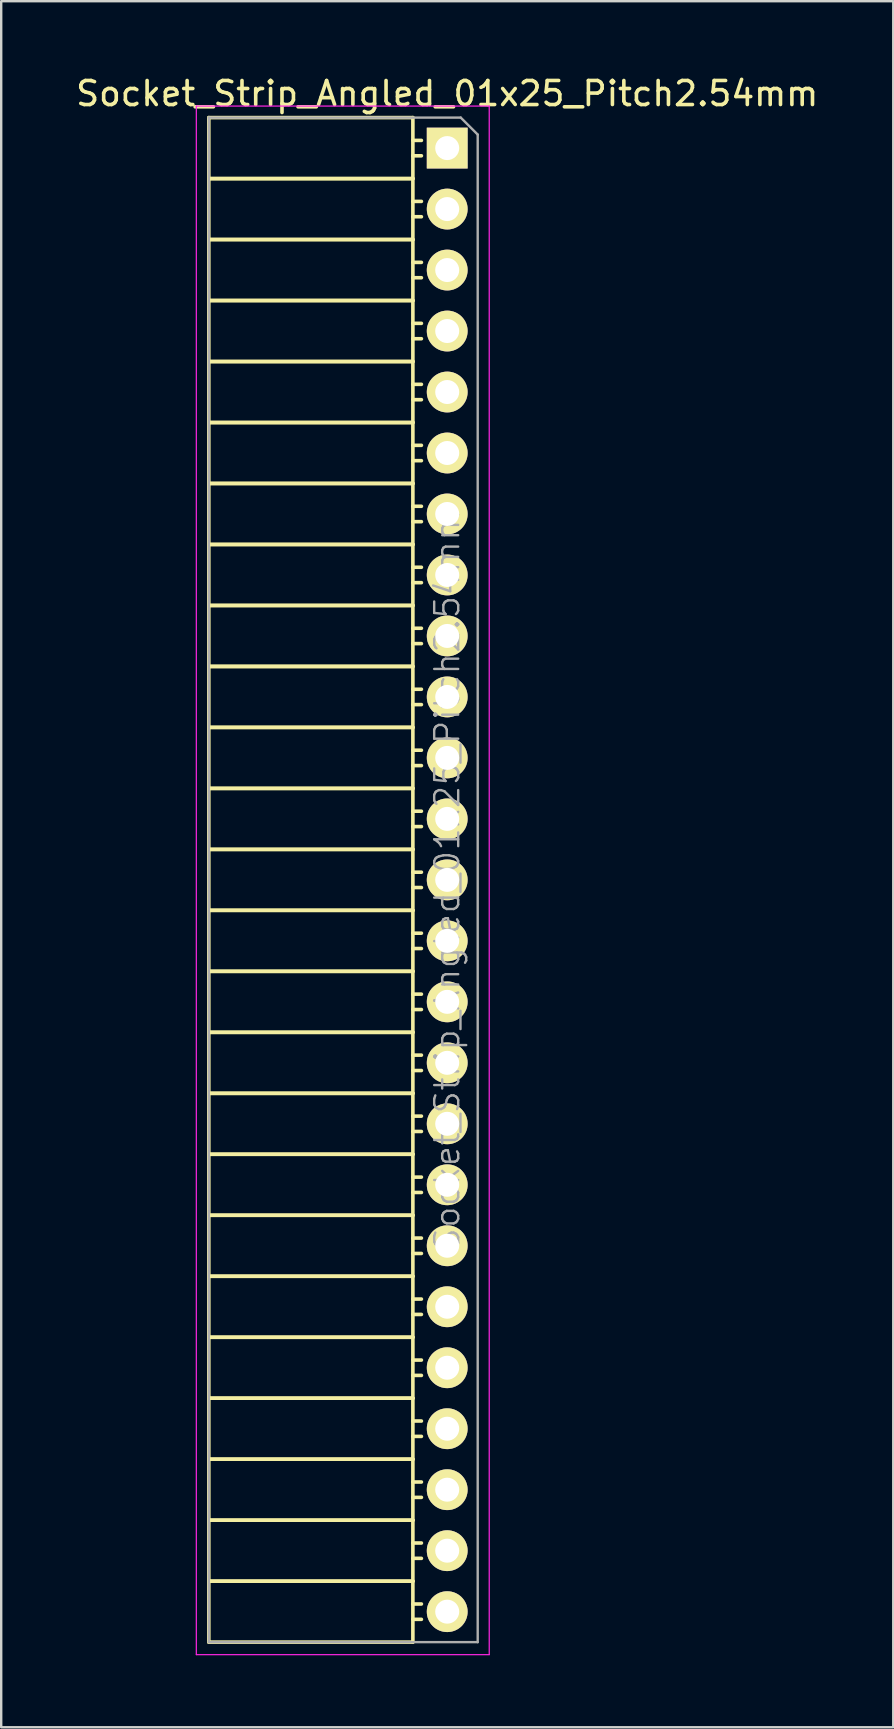
<source format=kicad_pcb>
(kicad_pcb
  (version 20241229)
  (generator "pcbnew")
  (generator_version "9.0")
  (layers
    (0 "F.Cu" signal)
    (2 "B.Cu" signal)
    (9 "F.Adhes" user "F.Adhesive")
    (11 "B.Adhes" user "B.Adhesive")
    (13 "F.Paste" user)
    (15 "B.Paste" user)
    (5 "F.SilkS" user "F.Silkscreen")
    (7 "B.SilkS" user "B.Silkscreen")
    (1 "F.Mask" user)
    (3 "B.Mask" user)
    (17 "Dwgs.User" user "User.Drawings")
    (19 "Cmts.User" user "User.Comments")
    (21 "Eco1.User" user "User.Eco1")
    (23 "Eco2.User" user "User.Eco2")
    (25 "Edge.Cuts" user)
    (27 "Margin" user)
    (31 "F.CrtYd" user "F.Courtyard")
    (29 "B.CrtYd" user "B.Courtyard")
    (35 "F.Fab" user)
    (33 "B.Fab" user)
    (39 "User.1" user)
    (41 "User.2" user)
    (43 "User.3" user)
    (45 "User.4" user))
  (footprint "Socket_Strip_Angled_01x25_Pitch2.54mm"
    (layer "F.Cu")
    (at 15.577 3.118)
    (property "Reference" "Socket_Strip_Angled_01x25_Pitch2.54mm" (at 0 -2.27 0) (layer "F.SilkS") (effects (font (size 1 1) (thickness 0.15))))
    (attr smd)
    (fp_line (start -9.93 -1.27) (end -9.93 1.27) (stroke (width 0.15) (type solid)) (layer "F.SilkS"))
    (fp_line (start -9.93 -1.27) (end -1.43 -1.27) (stroke (width 0.15) (type solid)) (layer "F.SilkS"))
    (fp_line (start -9.93 1.27) (end -9.93 3.81) (stroke (width 0.15) (type solid)) (layer "F.SilkS"))
    (fp_line (start -9.93 1.27) (end -1.43 1.27) (stroke (width 0.15) (type solid)) (layer "F.SilkS"))
    (fp_line (start -9.93 1.27) (end -1.43 1.27) (stroke (width 0.15) (type solid)) (layer "F.SilkS"))
    (fp_line (start -9.93 3.81) (end -9.93 6.35) (stroke (width 0.15) (type solid)) (layer "F.SilkS"))
    (fp_line (start -9.93 3.81) (end -1.43 3.81) (stroke (width 0.15) (type solid)) (layer "F.SilkS"))
    (fp_line (start -9.93 3.81) (end -1.43 3.81) (stroke (width 0.15) (type solid)) (layer "F.SilkS"))
    (fp_line (start -9.93 6.35) (end -9.93 8.89) (stroke (width 0.15) (type solid)) (layer "F.SilkS"))
    (fp_line (start -9.93 6.35) (end -1.43 6.35) (stroke (width 0.15) (type solid)) (layer "F.SilkS"))
    (fp_line (start -9.93 6.35) (end -1.43 6.35) (stroke (width 0.15) (type solid)) (layer "F.SilkS"))
    (fp_line (start -9.93 8.89) (end -9.93 11.43) (stroke (width 0.15) (type solid)) (layer "F.SilkS"))
    (fp_line (start -9.93 8.89) (end -1.43 8.89) (stroke (width 0.15) (type solid)) (layer "F.SilkS"))
    (fp_line (start -9.93 8.89) (end -1.43 8.89) (stroke (width 0.15) (type solid)) (layer "F.SilkS"))
    (fp_line (start -9.93 11.43) (end -9.93 13.97) (stroke (width 0.15) (type solid)) (layer "F.SilkS"))
    (fp_line (start -9.93 11.43) (end -1.43 11.43) (stroke (width 0.15) (type solid)) (layer "F.SilkS"))
    (fp_line (start -9.93 11.43) (end -1.43 11.43) (stroke (width 0.15) (type solid)) (layer "F.SilkS"))
    (fp_line (start -9.93 13.97) (end -9.93 16.51) (stroke (width 0.15) (type solid)) (layer "F.SilkS"))
    (fp_line (start -9.93 13.97) (end -1.43 13.97) (stroke (width 0.15) (type solid)) (layer "F.SilkS"))
    (fp_line (start -9.93 13.97) (end -1.43 13.97) (stroke (width 0.15) (type solid)) (layer "F.SilkS"))
    (fp_line (start -9.93 16.51) (end -9.93 19.05) (stroke (width 0.15) (type solid)) (layer "F.SilkS"))
    (fp_line (start -9.93 16.51) (end -1.43 16.51) (stroke (width 0.15) (type solid)) (layer "F.SilkS"))
    (fp_line (start -9.93 16.51) (end -1.43 16.51) (stroke (width 0.15) (type solid)) (layer "F.SilkS"))
    (fp_line (start -9.93 19.05) (end -9.93 21.59) (stroke (width 0.15) (type solid)) (layer "F.SilkS"))
    (fp_line (start -9.93 19.05) (end -1.43 19.05) (stroke (width 0.15) (type solid)) (layer "F.SilkS"))
    (fp_line (start -9.93 19.05) (end -1.43 19.05) (stroke (width 0.15) (type solid)) (layer "F.SilkS"))
    (fp_line (start -9.93 21.59) (end -9.93 24.13) (stroke (width 0.15) (type solid)) (layer "F.SilkS"))
    (fp_line (start -9.93 21.59) (end -1.43 21.59) (stroke (width 0.15) (type solid)) (layer "F.SilkS"))
    (fp_line (start -9.93 21.59) (end -1.43 21.59) (stroke (width 0.15) (type solid)) (layer "F.SilkS"))
    (fp_line (start -9.93 24.13) (end -9.93 26.67) (stroke (width 0.15) (type solid)) (layer "F.SilkS"))
    (fp_line (start -9.93 24.13) (end -1.43 24.13) (stroke (width 0.15) (type solid)) (layer "F.SilkS"))
    (fp_line (start -9.93 24.13) (end -1.43 24.13) (stroke (width 0.15) (type solid)) (layer "F.SilkS"))
    (fp_line (start -9.93 26.67) (end -9.93 29.21) (stroke (width 0.15) (type solid)) (layer "F.SilkS"))
    (fp_line (start -9.93 26.67) (end -1.43 26.67) (stroke (width 0.15) (type solid)) (layer "F.SilkS"))
    (fp_line (start -9.93 26.67) (end -1.43 26.67) (stroke (width 0.15) (type solid)) (layer "F.SilkS"))
    (fp_line (start -9.93 29.21) (end -9.93 31.75) (stroke (width 0.15) (type solid)) (layer "F.SilkS"))
    (fp_line (start -9.93 29.21) (end -1.43 29.21) (stroke (width 0.15) (type solid)) (layer "F.SilkS"))
    (fp_line (start -9.93 29.21) (end -1.43 29.21) (stroke (width 0.15) (type solid)) (layer "F.SilkS"))
    (fp_line (start -9.93 31.75) (end -9.93 34.29) (stroke (width 0.15) (type solid)) (layer "F.SilkS"))
    (fp_line (start -9.93 31.75) (end -1.43 31.75) (stroke (width 0.15) (type solid)) (layer "F.SilkS"))
    (fp_line (start -9.93 31.75) (end -1.43 31.75) (stroke (width 0.15) (type solid)) (layer "F.SilkS"))
    (fp_line (start -9.93 34.29) (end -9.93 36.83) (stroke (width 0.15) (type solid)) (layer "F.SilkS"))
    (fp_line (start -9.93 34.29) (end -1.43 34.29) (stroke (width 0.15) (type solid)) (layer "F.SilkS"))
    (fp_line (start -9.93 34.29) (end -1.43 34.29) (stroke (width 0.15) (type solid)) (layer "F.SilkS"))
    (fp_line (start -9.93 36.83) (end -9.93 39.37) (stroke (width 0.15) (type solid)) (layer "F.SilkS"))
    (fp_line (start -9.93 36.83) (end -1.43 36.83) (stroke (width 0.15) (type solid)) (layer "F.SilkS"))
    (fp_line (start -9.93 36.83) (end -1.43 36.83) (stroke (width 0.15) (type solid)) (layer "F.SilkS"))
    (fp_line (start -9.93 39.37) (end -9.93 41.91) (stroke (width 0.15) (type solid)) (layer "F.SilkS"))
    (fp_line (start -9.93 39.37) (end -1.43 39.37) (stroke (width 0.15) (type solid)) (layer "F.SilkS"))
    (fp_line (start -9.93 39.37) (end -1.43 39.37) (stroke (width 0.15) (type solid)) (layer "F.SilkS"))
    (fp_line (start -9.93 41.91) (end -9.93 44.45) (stroke (width 0.15) (type solid)) (layer "F.SilkS"))
    (fp_line (start -9.93 41.91) (end -1.43 41.91) (stroke (width 0.15) (type solid)) (layer "F.SilkS"))
    (fp_line (start -9.93 41.91) (end -1.43 41.91) (stroke (width 0.15) (type solid)) (layer "F.SilkS"))
    (fp_line (start -9.93 44.45) (end -9.93 46.99) (stroke (width 0.15) (type solid)) (layer "F.SilkS"))
    (fp_line (start -9.93 44.45) (end -1.43 44.45) (stroke (width 0.15) (type solid)) (layer "F.SilkS"))
    (fp_line (start -9.93 44.45) (end -1.43 44.45) (stroke (width 0.15) (type solid)) (layer "F.SilkS"))
    (fp_line (start -9.93 46.99) (end -9.93 49.53) (stroke (width 0.15) (type solid)) (layer "F.SilkS"))
    (fp_line (start -9.93 46.99) (end -1.43 46.99) (stroke (width 0.15) (type solid)) (layer "F.SilkS"))
    (fp_line (start -9.93 46.99) (end -1.43 46.99) (stroke (width 0.15) (type solid)) (layer "F.SilkS"))
    (fp_line (start -9.93 49.53) (end -9.93 52.07) (stroke (width 0.15) (type solid)) (layer "F.SilkS"))
    (fp_line (start -9.93 49.53) (end -1.43 49.53) (stroke (width 0.15) (type solid)) (layer "F.SilkS"))
    (fp_line (start -9.93 49.53) (end -1.43 49.53) (stroke (width 0.15) (type solid)) (layer "F.SilkS"))
    (fp_line (start -9.93 52.07) (end -9.93 54.61) (stroke (width 0.15) (type solid)) (layer "F.SilkS"))
    (fp_line (start -9.93 52.07) (end -1.43 52.07) (stroke (width 0.15) (type solid)) (layer "F.SilkS"))
    (fp_line (start -9.93 52.07) (end -1.43 52.07) (stroke (width 0.15) (type solid)) (layer "F.SilkS"))
    (fp_line (start -9.93 54.61) (end -9.93 57.15) (stroke (width 0.15) (type solid)) (layer "F.SilkS"))
    (fp_line (start -9.93 54.61) (end -1.43 54.61) (stroke (width 0.15) (type solid)) (layer "F.SilkS"))
    (fp_line (start -9.93 54.61) (end -1.43 54.61) (stroke (width 0.15) (type solid)) (layer "F.SilkS"))
    (fp_line (start -9.93 57.15) (end -9.93 59.69) (stroke (width 0.15) (type solid)) (layer "F.SilkS"))
    (fp_line (start -9.93 57.15) (end -1.43 57.15) (stroke (width 0.15) (type solid)) (layer "F.SilkS"))
    (fp_line (start -9.93 57.15) (end -1.43 57.15) (stroke (width 0.15) (type solid)) (layer "F.SilkS"))
    (fp_line (start -9.93 59.69) (end -9.93 62.23) (stroke (width 0.15) (type solid)) (layer "F.SilkS"))
    (fp_line (start -9.93 59.69) (end -1.43 59.69) (stroke (width 0.15) (type solid)) (layer "F.SilkS"))
    (fp_line (start -9.93 59.69) (end -1.43 59.69) (stroke (width 0.15) (type solid)) (layer "F.SilkS"))
    (fp_line (start -9.93 62.23) (end -1.43 62.23) (stroke (width 0.15) (type solid)) (layer "F.SilkS"))
    (fp_line (start -1.43 -1.27) (end -1.43 1.27) (stroke (width 0.15) (type solid)) (layer "F.SilkS"))
    (fp_line (start -1.43 -0.32) (end -1.075 -0.32) (stroke (width 0.15) (type solid)) (layer "F.SilkS"))
    (fp_line (start -1.43 0.32) (end -1.075 0.32) (stroke (width 0.15) (type solid)) (layer "F.SilkS"))
    (fp_line (start -1.43 1.27) (end -1.43 3.81) (stroke (width 0.15) (type solid)) (layer "F.SilkS"))
    (fp_line (start -1.43 2.22) (end -1.075 2.22) (stroke (width 0.15) (type solid)) (layer "F.SilkS"))
    (fp_line (start -1.43 2.86) (end -1.075 2.86) (stroke (width 0.15) (type solid)) (layer "F.SilkS"))
    (fp_line (start -1.43 3.81) (end -1.43 6.35) (stroke (width 0.15) (type solid)) (layer "F.SilkS"))
    (fp_line (start -1.43 4.76) (end -1.075 4.76) (stroke (width 0.15) (type solid)) (layer "F.SilkS"))
    (fp_line (start -1.43 5.4) (end -1.075 5.4) (stroke (width 0.15) (type solid)) (layer "F.SilkS"))
    (fp_line (start -1.43 6.35) (end -1.43 8.89) (stroke (width 0.15) (type solid)) (layer "F.SilkS"))
    (fp_line (start -1.43 7.3) (end -1.075 7.3) (stroke (width 0.15) (type solid)) (layer "F.SilkS"))
    (fp_line (start -1.43 7.94) (end -1.075 7.94) (stroke (width 0.15) (type solid)) (layer "F.SilkS"))
    (fp_line (start -1.43 8.89) (end -1.43 11.43) (stroke (width 0.15) (type solid)) (layer "F.SilkS"))
    (fp_line (start -1.43 9.84) (end -1.075 9.84) (stroke (width 0.15) (type solid)) (layer "F.SilkS"))
    (fp_line (start -1.43 10.48) (end -1.075 10.48) (stroke (width 0.15) (type solid)) (layer "F.SilkS"))
    (fp_line (start -1.43 11.43) (end -1.43 13.97) (stroke (width 0.15) (type solid)) (layer "F.SilkS"))
    (fp_line (start -1.43 12.38) (end -1.075 12.38) (stroke (width 0.15) (type solid)) (layer "F.SilkS"))
    (fp_line (start -1.43 13.02) (end -1.075 13.02) (stroke (width 0.15) (type solid)) (layer "F.SilkS"))
    (fp_line (start -1.43 13.97) (end -1.43 16.51) (stroke (width 0.15) (type solid)) (layer "F.SilkS"))
    (fp_line (start -1.43 14.92) (end -1.075 14.92) (stroke (width 0.15) (type solid)) (layer "F.SilkS"))
    (fp_line (start -1.43 15.56) (end -1.075 15.56) (stroke (width 0.15) (type solid)) (layer "F.SilkS"))
    (fp_line (start -1.43 16.51) (end -1.43 19.05) (stroke (width 0.15) (type solid)) (layer "F.SilkS"))
    (fp_line (start -1.43 17.46) (end -1.075 17.46) (stroke (width 0.15) (type solid)) (layer "F.SilkS"))
    (fp_line (start -1.43 18.1) (end -1.075 18.1) (stroke (width 0.15) (type solid)) (layer "F.SilkS"))
    (fp_line (start -1.43 19.05) (end -1.43 21.59) (stroke (width 0.15) (type solid)) (layer "F.SilkS"))
    (fp_line (start -1.43 20) (end -1.075 20) (stroke (width 0.15) (type solid)) (layer "F.SilkS"))
    (fp_line (start -1.43 20.64) (end -1.075 20.64) (stroke (width 0.15) (type solid)) (layer "F.SilkS"))
    (fp_line (start -1.43 21.59) (end -1.43 24.13) (stroke (width 0.15) (type solid)) (layer "F.SilkS"))
    (fp_line (start -1.43 22.54) (end -1.075 22.54) (stroke (width 0.15) (type solid)) (layer "F.SilkS"))
    (fp_line (start -1.43 23.18) (end -1.075 23.18) (stroke (width 0.15) (type solid)) (layer "F.SilkS"))
    (fp_line (start -1.43 24.13) (end -1.43 26.67) (stroke (width 0.15) (type solid)) (layer "F.SilkS"))
    (fp_line (start -1.43 25.08) (end -1.075 25.08) (stroke (width 0.15) (type solid)) (layer "F.SilkS"))
    (fp_line (start -1.43 25.72) (end -1.075 25.72) (stroke (width 0.15) (type solid)) (layer "F.SilkS"))
    (fp_line (start -1.43 26.67) (end -1.43 29.21) (stroke (width 0.15) (type solid)) (layer "F.SilkS"))
    (fp_line (start -1.43 27.62) (end -1.075 27.62) (stroke (width 0.15) (type solid)) (layer "F.SilkS"))
    (fp_line (start -1.43 28.26) (end -1.075 28.26) (stroke (width 0.15) (type solid)) (layer "F.SilkS"))
    (fp_line (start -1.43 29.21) (end -1.43 31.75) (stroke (width 0.15) (type solid)) (layer "F.SilkS"))
    (fp_line (start -1.43 30.16) (end -1.075 30.16) (stroke (width 0.15) (type solid)) (layer "F.SilkS"))
    (fp_line (start -1.43 30.8) (end -1.075 30.8) (stroke (width 0.15) (type solid)) (layer "F.SilkS"))
    (fp_line (start -1.43 31.75) (end -1.43 34.29) (stroke (width 0.15) (type solid)) (layer "F.SilkS"))
    (fp_line (start -1.43 32.7) (end -1.075 32.7) (stroke (width 0.15) (type solid)) (layer "F.SilkS"))
    (fp_line (start -1.43 33.34) (end -1.075 33.34) (stroke (width 0.15) (type solid)) (layer "F.SilkS"))
    (fp_line (start -1.43 34.29) (end -1.43 36.83) (stroke (width 0.15) (type solid)) (layer "F.SilkS"))
    (fp_line (start -1.43 35.24) (end -1.075 35.24) (stroke (width 0.15) (type solid)) (layer "F.SilkS"))
    (fp_line (start -1.43 35.88) (end -1.075 35.88) (stroke (width 0.15) (type solid)) (layer "F.SilkS"))
    (fp_line (start -1.43 36.83) (end -1.43 39.37) (stroke (width 0.15) (type solid)) (layer "F.SilkS"))
    (fp_line (start -1.43 37.78) (end -1.075 37.78) (stroke (width 0.15) (type solid)) (layer "F.SilkS"))
    (fp_line (start -1.43 38.42) (end -1.075 38.42) (stroke (width 0.15) (type solid)) (layer "F.SilkS"))
    (fp_line (start -1.43 39.37) (end -1.43 41.91) (stroke (width 0.15) (type solid)) (layer "F.SilkS"))
    (fp_line (start -1.43 40.32) (end -1.075 40.32) (stroke (width 0.15) (type solid)) (layer "F.SilkS"))
    (fp_line (start -1.43 40.96) (end -1.075 40.96) (stroke (width 0.15) (type solid)) (layer "F.SilkS"))
    (fp_line (start -1.43 41.91) (end -1.43 44.45) (stroke (width 0.15) (type solid)) (layer "F.SilkS"))
    (fp_line (start -1.43 42.86) (end -1.075 42.86) (stroke (width 0.15) (type solid)) (layer "F.SilkS"))
    (fp_line (start -1.43 43.5) (end -1.075 43.5) (stroke (width 0.15) (type solid)) (layer "F.SilkS"))
    (fp_line (start -1.43 44.45) (end -1.43 46.99) (stroke (width 0.15) (type solid)) (layer "F.SilkS"))
    (fp_line (start -1.43 45.4) (end -1.075 45.4) (stroke (width 0.15) (type solid)) (layer "F.SilkS"))
    (fp_line (start -1.43 46.04) (end -1.075 46.04) (stroke (width 0.15) (type solid)) (layer "F.SilkS"))
    (fp_line (start -1.43 46.99) (end -1.43 49.53) (stroke (width 0.15) (type solid)) (layer "F.SilkS"))
    (fp_line (start -1.43 47.94) (end -1.075 47.94) (stroke (width 0.15) (type solid)) (layer "F.SilkS"))
    (fp_line (start -1.43 48.58) (end -1.075 48.58) (stroke (width 0.15) (type solid)) (layer "F.SilkS"))
    (fp_line (start -1.43 49.53) (end -1.43 52.07) (stroke (width 0.15) (type solid)) (layer "F.SilkS"))
    (fp_line (start -1.43 50.48) (end -1.075 50.48) (stroke (width 0.15) (type solid)) (layer "F.SilkS"))
    (fp_line (start -1.43 51.12) (end -1.075 51.12) (stroke (width 0.15) (type solid)) (layer "F.SilkS"))
    (fp_line (start -1.43 52.07) (end -1.43 54.61) (stroke (width 0.15) (type solid)) (layer "F.SilkS"))
    (fp_line (start -1.43 53.02) (end -1.075 53.02) (stroke (width 0.15) (type solid)) (layer "F.SilkS"))
    (fp_line (start -1.43 53.66) (end -1.075 53.66) (stroke (width 0.15) (type solid)) (layer "F.SilkS"))
    (fp_line (start -1.43 54.61) (end -1.43 57.15) (stroke (width 0.15) (type solid)) (layer "F.SilkS"))
    (fp_line (start -1.43 55.56) (end -1.075 55.56) (stroke (width 0.15) (type solid)) (layer "F.SilkS"))
    (fp_line (start -1.43 56.2) (end -1.075 56.2) (stroke (width 0.15) (type solid)) (layer "F.SilkS"))
    (fp_line (start -1.43 57.15) (end -1.43 59.69) (stroke (width 0.15) (type solid)) (layer "F.SilkS"))
    (fp_line (start -1.43 58.1) (end -1.075 58.1) (stroke (width 0.15) (type solid)) (layer "F.SilkS"))
    (fp_line (start -1.43 58.74) (end -1.075 58.74) (stroke (width 0.15) (type solid)) (layer "F.SilkS"))
    (fp_line (start -1.43 59.69) (end -1.43 62.23) (stroke (width 0.15) (type solid)) (layer "F.SilkS"))
    (fp_line (start -1.43 60.64) (end -1.075 60.64) (stroke (width 0.15) (type solid)) (layer "F.SilkS"))
    (fp_line (start -1.43 61.28) (end -1.075 61.28) (stroke (width 0.15) (type solid)) (layer "F.SilkS"))
    (fp_line (start -10.45 -1.75) (end 1.75 -1.75) (stroke (width 0.05) (type solid)) (layer "F.CrtYd"))
    (fp_line (start -10.45 62.75) (end -10.45 -1.75) (stroke (width 0.05) (type solid)) (layer "F.CrtYd"))
    (fp_line (start -10.45 62.75) (end 1.75 62.75) (stroke (width 0.05) (type solid)) (layer "F.CrtYd"))
    (fp_line (start 1.75 62.75) (end 1.75 -1.75) (stroke (width 0.05) (type solid)) (layer "F.CrtYd"))
    (fp_line (start -9.93 -1.27) (end 0.563 -1.27) (stroke (width 0.1) (type solid)) (layer "F.Fab"))
    (fp_line (start -9.93 62.23) (end -9.93 -1.27) (stroke (width 0.1) (type solid)) (layer "F.Fab"))
    (fp_line (start -9.93 62.23) (end 1.27 62.23) (stroke (width 0.1) (type solid)) (layer "F.Fab"))
    (fp_line (start 1.27 -0.563) (end 0.563 -1.27) (stroke (width 0.1) (type solid)) (layer "F.Fab"))
    (fp_line (start 1.27 62.23) (end 1.27 -0.563) (stroke (width 0.1) (type solid)) (layer "F.Fab"))
    (fp_text user "${REFERENCE}" (at 0 30.48 90) (layer "F.Fab") (effects (font (size 1 1) (thickness 0.1))))
    (pad "1" thru_hole rect (at 0 0) (size 1.7 1.7) (drill 1) (layers "*.Cu" "*.Mask" "F.SilkS"))
    (pad "2" thru_hole oval (at 0 2.54) (size 1.7 1.7) (drill 1) (layers "*.Cu" "*.Mask" "F.SilkS"))
    (pad "3" thru_hole oval (at 0 5.08) (size 1.7 1.7) (drill 1) (layers "*.Cu" "*.Mask" "F.SilkS"))
    (pad "4" thru_hole oval (at 0 7.62) (size 1.7 1.7) (drill 1) (layers "*.Cu" "*.Mask" "F.SilkS"))
    (pad "5" thru_hole oval (at 0 10.16) (size 1.7 1.7) (drill 1) (layers "*.Cu" "*.Mask" "F.SilkS"))
    (pad "6" thru_hole oval (at 0 12.7) (size 1.7 1.7) (drill 1) (layers "*.Cu" "*.Mask" "F.SilkS"))
    (pad "7" thru_hole oval (at 0 15.24) (size 1.7 1.7) (drill 1) (layers "*.Cu" "*.Mask" "F.SilkS"))
    (pad "8" thru_hole oval (at 0 17.78) (size 1.7 1.7) (drill 1) (layers "*.Cu" "*.Mask" "F.SilkS"))
    (pad "9" thru_hole oval (at 0 20.32) (size 1.7 1.7) (drill 1) (layers "*.Cu" "*.Mask" "F.SilkS"))
    (pad "10" thru_hole oval (at 0 22.86) (size 1.7 1.7) (drill 1) (layers "*.Cu" "*.Mask" "F.SilkS"))
    (pad "11" thru_hole oval (at 0 25.4) (size 1.7 1.7) (drill 1) (layers "*.Cu" "*.Mask" "F.SilkS"))
    (pad "12" thru_hole oval (at 0 27.94) (size 1.7 1.7) (drill 1) (layers "*.Cu" "*.Mask" "F.SilkS"))
    (pad "13" thru_hole oval (at 0 30.48) (size 1.7 1.7) (drill 1) (layers "*.Cu" "*.Mask" "F.SilkS"))
    (pad "14" thru_hole oval (at 0 33.02) (size 1.7 1.7) (drill 1) (layers "*.Cu" "*.Mask" "F.SilkS"))
    (pad "15" thru_hole oval (at 0 35.56) (size 1.7 1.7) (drill 1) (layers "*.Cu" "*.Mask" "F.SilkS"))
    (pad "16" thru_hole oval (at 0 38.1) (size 1.7 1.7) (drill 1) (layers "*.Cu" "*.Mask" "F.SilkS"))
    (pad "17" thru_hole oval (at 0 40.64) (size 1.7 1.7) (drill 1) (layers "*.Cu" "*.Mask" "F.SilkS"))
    (pad "18" thru_hole oval (at 0 43.18) (size 1.7 1.7) (drill 1) (layers "*.Cu" "*.Mask" "F.SilkS"))
    (pad "19" thru_hole oval (at 0 45.72) (size 1.7 1.7) (drill 1) (layers "*.Cu" "*.Mask" "F.SilkS"))
    (pad "20" thru_hole oval (at 0 48.26) (size 1.7 1.7) (drill 1) (layers "*.Cu" "*.Mask" "F.SilkS"))
    (pad "21" thru_hole oval (at 0 50.8) (size 1.7 1.7) (drill 1) (layers "*.Cu" "*.Mask" "F.SilkS"))
    (pad "22" thru_hole oval (at 0 53.34) (size 1.7 1.7) (drill 1) (layers "*.Cu" "*.Mask" "F.SilkS"))
    (pad "23" thru_hole oval (at 0 55.88) (size 1.7 1.7) (drill 1) (layers "*.Cu" "*.Mask" "F.SilkS"))
    (pad "24" thru_hole oval (at 0 58.42) (size 1.7 1.7) (drill 1) (layers "*.Cu" "*.Mask" "F.SilkS"))
    (pad "25" thru_hole oval (at 0 60.96) (size 1.7 1.7) (drill 1) (layers "*.Cu" "*.Mask" "F.SilkS")))
  (gr_rect
    (start -3 -3)
    (end 34.155 68.893)
    (stroke (width 0.1) (type default))
    (fill no)
    (layer "Edge.Cuts")))
</source>
